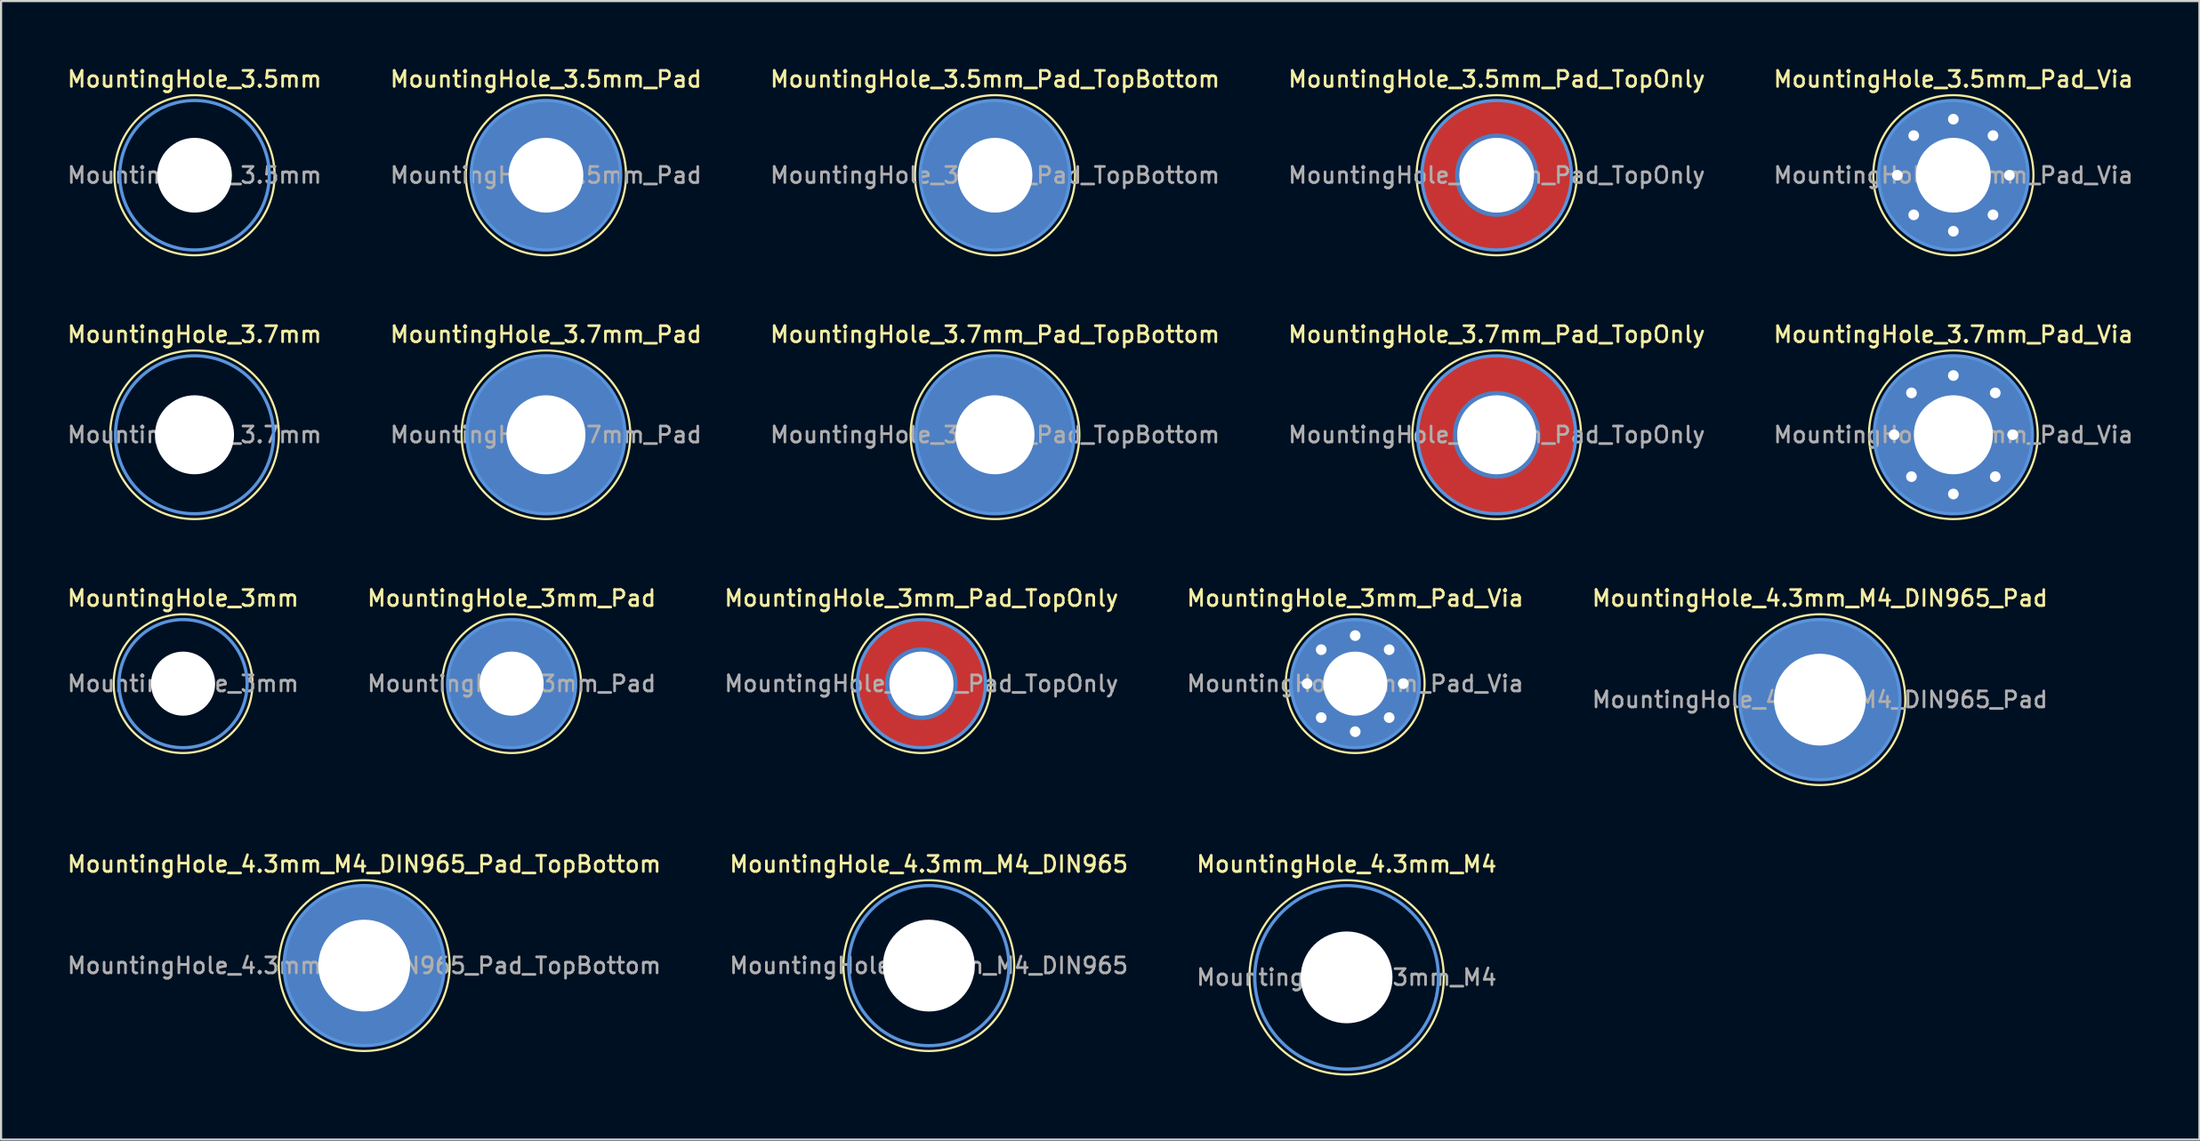
<source format=kicad_pcb>
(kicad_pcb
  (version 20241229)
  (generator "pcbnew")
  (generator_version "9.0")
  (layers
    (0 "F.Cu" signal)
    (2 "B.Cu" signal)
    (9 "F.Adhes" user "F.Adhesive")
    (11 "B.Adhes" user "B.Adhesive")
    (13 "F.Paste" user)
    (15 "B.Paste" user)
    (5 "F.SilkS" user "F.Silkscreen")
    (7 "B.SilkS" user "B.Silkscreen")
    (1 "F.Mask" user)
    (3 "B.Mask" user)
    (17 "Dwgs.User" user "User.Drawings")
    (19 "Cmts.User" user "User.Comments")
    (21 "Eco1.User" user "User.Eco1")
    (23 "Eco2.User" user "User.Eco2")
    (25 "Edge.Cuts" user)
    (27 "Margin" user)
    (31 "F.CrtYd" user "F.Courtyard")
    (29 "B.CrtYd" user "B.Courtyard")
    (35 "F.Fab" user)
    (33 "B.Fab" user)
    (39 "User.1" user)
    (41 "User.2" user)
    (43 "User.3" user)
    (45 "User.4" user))
  (footprint "MountingHole_3.5mm_Pad_TopBottom"
    (layer "F.Cu")
    (at 43.545 5.158)
    (property "Reference" "MountingHole_3.5mm_Pad_TopBottom" (at 0 -4.5 0) (layer "F.SilkS") (effects (font (size 0.75 0.75) (thickness 0.125))))
    (attr exclude_from_pos_files exclude_from_bom)
    (fp_circle (center 0 0) (end 3.75 0) (stroke (width 0.1) (type solid)) (fill no) (layer "F.SilkS"))
    (fp_circle (center 0 0) (end 3.5 0) (stroke (width 0.15) (type solid)) (fill no) (layer "Cmts.User"))
    (fp_text user "${REFERENCE}" (at 0 0 0) (layer "F.Fab") (effects (font (size 0.75 0.75) (thickness 0.125))))
    (pad "1" thru_hole circle (at 0 0) (size 3.9 3.9) (drill 3.5) (layers "*.Cu" "*.Mask"))
    (pad "1" connect circle (at 0 0) (size 7 7) (layers "F.Cu" "F.Mask"))
    (pad "1" connect circle (at 0 0) (size 7 7) (layers "B.Cu" "B.Mask")))
  (footprint "MountingHole_3.7mm_Pad"
    (layer "F.Cu")
    (at 22.516 17.316)
    (property "Reference" "MountingHole_3.7mm_Pad" (at 0 -4.7 0) (layer "F.SilkS") (effects (font (size 0.75 0.75) (thickness 0.125))))
    (attr exclude_from_pos_files exclude_from_bom)
    (fp_circle (center 0 0) (end 3.95 0) (stroke (width 0.1) (type solid)) (fill no) (layer "F.SilkS"))
    (fp_circle (center 0 0) (end 3.7 0) (stroke (width 0.15) (type solid)) (fill no) (layer "Cmts.User"))
    (fp_text user "${REFERENCE}" (at 0 0 0) (layer "F.Fab") (effects (font (size 0.75 0.75) (thickness 0.125))))
    (pad "1" thru_hole circle (at 0 0) (size 7.4 7.4) (drill 3.7) (layers "*.Cu" "*.Mask")))
  (footprint "MountingHole_3.5mm_Pad_Via"
    (layer "F.Cu")
    (at 88.423 5.158)
    (property "Reference" "MountingHole_3.5mm_Pad_Via" (at 0 -4.5 0) (layer "F.SilkS") (effects (font (size 0.75 0.75) (thickness 0.125))))
    (attr exclude_from_pos_files exclude_from_bom)
    (fp_circle (center 0 0) (end 3.75 0) (stroke (width 0.1) (type solid)) (fill no) (layer "F.SilkS"))
    (fp_circle (center 0 0) (end 3.5 0) (stroke (width 0.15) (type solid)) (fill no) (layer "Cmts.User"))
    (fp_text user "${REFERENCE}" (at 0 0 0) (layer "F.Fab") (effects (font (size 0.75 0.75) (thickness 0.125))))
    (pad "1" thru_hole circle (at -2.625 0) (size 0.8 0.8) (drill 0.5) (layers "*.Cu" "*.Mask"))
    (pad "1" thru_hole circle (at -1.856 -1.856) (size 0.8 0.8) (drill 0.5) (layers "*.Cu" "*.Mask"))
    (pad "1" thru_hole circle (at -1.856 1.856) (size 0.8 0.8) (drill 0.5) (layers "*.Cu" "*.Mask"))
    (pad "1" thru_hole circle (at 0 -2.625) (size 0.8 0.8) (drill 0.5) (layers "*.Cu" "*.Mask"))
    (pad "1" thru_hole circle (at 0 0) (size 7 7) (drill 3.5) (layers "*.Cu" "*.Mask"))
    (pad "1" thru_hole circle (at 0 2.625) (size 0.8 0.8) (drill 0.5) (layers "*.Cu" "*.Mask"))
    (pad "1" thru_hole circle (at 1.856 -1.856) (size 0.8 0.8) (drill 0.5) (layers "*.Cu" "*.Mask"))
    (pad "1" thru_hole circle (at 1.856 1.856) (size 0.8 0.8) (drill 0.5) (layers "*.Cu" "*.Mask"))
    (pad "1" thru_hole circle (at 2.625 0) (size 0.8 0.8) (drill 0.5) (layers "*.Cu" "*.Mask")))
  (footprint "MountingHole_4.3mm_M4"
    (layer "F.Cu")
    (at 60.009 42.733)
    (property "Reference" "MountingHole_4.3mm_M4" (at 0 -5.3 0) (layer "F.SilkS") (effects (font (size 0.75 0.75) (thickness 0.125))))
    (attr exclude_from_pos_files exclude_from_bom)
    (fp_circle (center 0 0) (end 4.55 0) (stroke (width 0.1) (type solid)) (fill no) (layer "F.SilkS"))
    (fp_circle (center 0 0) (end 4.3 0) (stroke (width 0.15) (type solid)) (fill no) (layer "Cmts.User"))
    (fp_text user "${REFERENCE}" (at 0 0 0) (layer "F.Fab") (effects (font (size 0.75 0.75) (thickness 0.125))))
    (pad "" np_thru_hole circle (at 0 0) (size 4.3 4.3) (drill 4.3) (layers "*.Cu" "*.Mask")))
  (footprint "MountingHole_3mm_Pad_TopOnly"
    (layer "F.Cu")
    (at 40.098 28.974)
    (property "Reference" "MountingHole_3mm_Pad_TopOnly" (at 0 -4 0) (layer "F.SilkS") (effects (font (size 0.75 0.75) (thickness 0.125))))
    (attr exclude_from_pos_files exclude_from_bom)
    (fp_circle (center 0 0) (end 3.25 0) (stroke (width 0.1) (type solid)) (fill no) (layer "F.SilkS"))
    (fp_circle (center 0 0) (end 3 0) (stroke (width 0.15) (type solid)) (fill no) (layer "Cmts.User"))
    (fp_text user "${REFERENCE}" (at 0 0 0) (layer "F.Fab") (effects (font (size 0.75 0.75) (thickness 0.125))))
    (pad "1" thru_hole circle (at 0 0) (size 3.4 3.4) (drill 3) (layers "*.Cu" "*.Mask"))
    (pad "1" connect circle (at 0 0) (size 6 6) (layers "F.Cu" "F.Mask")))
  (footprint "MountingHole_3.7mm_Pad_TopOnly"
    (layer "F.Cu")
    (at 67.037 17.316)
    (property "Reference" "MountingHole_3.7mm_Pad_TopOnly" (at 0 -4.7 0) (layer "F.SilkS") (effects (font (size 0.75 0.75) (thickness 0.125))))
    (attr exclude_from_pos_files exclude_from_bom)
    (fp_circle (center 0 0) (end 3.95 0) (stroke (width 0.1) (type solid)) (fill no) (layer "F.SilkS"))
    (fp_circle (center 0 0) (end 3.7 0) (stroke (width 0.15) (type solid)) (fill no) (layer "Cmts.User"))
    (fp_text user "${REFERENCE}" (at 0 0 0) (layer "F.Fab") (effects (font (size 0.75 0.75) (thickness 0.125))))
    (pad "1" thru_hole circle (at 0 0) (size 4.1 4.1) (drill 3.7) (layers "*.Cu" "*.Mask"))
    (pad "1" connect circle (at 0 0) (size 7.4 7.4) (layers "F.Cu" "F.Mask")))
  (footprint "MountingHole_3.5mm_Pad_TopOnly"
    (layer "F.Cu")
    (at 67.037 5.158)
    (property "Reference" "MountingHole_3.5mm_Pad_TopOnly" (at 0 -4.5 0) (layer "F.SilkS") (effects (font (size 0.75 0.75) (thickness 0.125))))
    (attr exclude_from_pos_files exclude_from_bom)
    (fp_circle (center 0 0) (end 3.75 0) (stroke (width 0.1) (type solid)) (fill no) (layer "F.SilkS"))
    (fp_circle (center 0 0) (end 3.5 0) (stroke (width 0.15) (type solid)) (fill no) (layer "Cmts.User"))
    (fp_text user "${REFERENCE}" (at 0 0 0) (layer "F.Fab") (effects (font (size 0.75 0.75) (thickness 0.125))))
    (pad "1" thru_hole circle (at 0 0) (size 3.9 3.9) (drill 3.5) (layers "*.Cu" "*.Mask"))
    (pad "1" connect circle (at 0 0) (size 7 7) (layers "F.Cu" "F.Mask")))
  (footprint "MountingHole_4.3mm_M4_DIN965_Pad"
    (layer "F.Cu")
    (at 82.173 29.724)
    (property "Reference" "MountingHole_4.3mm_M4_DIN965_Pad" (at 0 -4.75 0) (layer "F.SilkS") (effects (font (size 0.75 0.75) (thickness 0.125))))
    (attr exclude_from_pos_files exclude_from_bom)
    (fp_circle (center 0 0) (end 4 0) (stroke (width 0.1) (type solid)) (fill no) (layer "F.SilkS"))
    (fp_circle (center 0 0) (end 3.75 0) (stroke (width 0.15) (type solid)) (fill no) (layer "Cmts.User"))
    (fp_text user "${REFERENCE}" (at 0 0 0) (layer "F.Fab") (effects (font (size 0.75 0.75) (thickness 0.125))))
    (pad "1" thru_hole circle (at 0 0) (size 7.5 7.5) (drill 4.3) (layers "*.Cu" "*.Mask")))
  (footprint "MountingHole_3.7mm_Pad_TopBottom"
    (layer "F.Cu")
    (at 43.545 17.316)
    (property "Reference" "MountingHole_3.7mm_Pad_TopBottom" (at 0 -4.7 0) (layer "F.SilkS") (effects (font (size 0.75 0.75) (thickness 0.125))))
    (attr exclude_from_pos_files exclude_from_bom)
    (fp_circle (center 0 0) (end 3.95 0) (stroke (width 0.1) (type solid)) (fill no) (layer "F.SilkS"))
    (fp_circle (center 0 0) (end 3.7 0) (stroke (width 0.15) (type solid)) (fill no) (layer "Cmts.User"))
    (fp_text user "${REFERENCE}" (at 0 0 0) (layer "F.Fab") (effects (font (size 0.75 0.75) (thickness 0.125))))
    (pad "1" thru_hole circle (at 0 0) (size 4.1 4.1) (drill 3.7) (layers "*.Cu" "*.Mask"))
    (pad "1" connect circle (at 0 0) (size 7.4 7.4) (layers "F.Cu" "F.Mask"))
    (pad "1" connect circle (at 0 0) (size 7.4 7.4) (layers "B.Cu" "B.Mask")))
  (footprint "MountingHole_3.7mm"
    (layer "F.Cu")
    (at 6.059 17.316)
    (property "Reference" "MountingHole_3.7mm" (at 0 -4.7 0) (layer "F.SilkS") (effects (font (size 0.75 0.75) (thickness 0.125))))
    (attr exclude_from_pos_files exclude_from_bom)
    (fp_circle (center 0 0) (end 3.95 0) (stroke (width 0.1) (type solid)) (fill no) (layer "F.SilkS"))
    (fp_circle (center 0 0) (end 3.7 0) (stroke (width 0.15) (type solid)) (fill no) (layer "Cmts.User"))
    (fp_text user "${REFERENCE}" (at 0 0 0) (layer "F.Fab") (effects (font (size 0.75 0.75) (thickness 0.125))))
    (pad "" np_thru_hole circle (at 0 0) (size 3.7 3.7) (drill 3.7) (layers "*.Cu" "*.Mask")))
  (footprint "MountingHole_4.3mm_M4_DIN965"
    (layer "F.Cu")
    (at 40.445 42.182)
    (property "Reference" "MountingHole_4.3mm_M4_DIN965" (at 0 -4.75 0) (layer "F.SilkS") (effects (font (size 0.75 0.75) (thickness 0.125))))
    (attr exclude_from_pos_files exclude_from_bom)
    (fp_circle (center 0 0) (end 4 0) (stroke (width 0.1) (type solid)) (fill no) (layer "F.SilkS"))
    (fp_circle (center 0 0) (end 3.75 0) (stroke (width 0.15) (type solid)) (fill no) (layer "Cmts.User"))
    (fp_text user "${REFERENCE}" (at 0 0 0) (layer "F.Fab") (effects (font (size 0.75 0.75) (thickness 0.125))))
    (pad "" np_thru_hole circle (at 0 0) (size 4.3 4.3) (drill 4.3) (layers "*.Cu" "*.Mask")))
  (footprint "MountingHole_3mm_Pad_Via"
    (layer "F.Cu")
    (at 60.412 28.974)
    (property "Reference" "MountingHole_3mm_Pad_Via" (at 0 -4 0) (layer "F.SilkS") (effects (font (size 0.75 0.75) (thickness 0.125))))
    (attr exclude_from_pos_files exclude_from_bom)
    (fp_circle (center 0 0) (end 3.25 0) (stroke (width 0.1) (type solid)) (fill no) (layer "F.SilkS"))
    (fp_circle (center 0 0) (end 3 0) (stroke (width 0.15) (type solid)) (fill no) (layer "Cmts.User"))
    (fp_text user "${REFERENCE}" (at 0 0 0) (layer "F.Fab") (effects (font (size 0.75 0.75) (thickness 0.125))))
    (pad "1" thru_hole circle (at -2.25 0) (size 0.8 0.8) (drill 0.5) (layers "*.Cu" "*.Mask"))
    (pad "1" thru_hole circle (at -1.591 -1.591) (size 0.8 0.8) (drill 0.5) (layers "*.Cu" "*.Mask"))
    (pad "1" thru_hole circle (at -1.591 1.591) (size 0.8 0.8) (drill 0.5) (layers "*.Cu" "*.Mask"))
    (pad "1" thru_hole circle (at 0 -2.25) (size 0.8 0.8) (drill 0.5) (layers "*.Cu" "*.Mask"))
    (pad "1" thru_hole circle (at 0 0) (size 6 6) (drill 3) (layers "*.Cu" "*.Mask"))
    (pad "1" thru_hole circle (at 0 2.25) (size 0.8 0.8) (drill 0.5) (layers "*.Cu" "*.Mask"))
    (pad "1" thru_hole circle (at 1.591 -1.591) (size 0.8 0.8) (drill 0.5) (layers "*.Cu" "*.Mask"))
    (pad "1" thru_hole circle (at 1.591 1.591) (size 0.8 0.8) (drill 0.5) (layers "*.Cu" "*.Mask"))
    (pad "1" thru_hole circle (at 2.25 0) (size 0.8 0.8) (drill 0.5) (layers "*.Cu" "*.Mask")))
  (footprint "MountingHole_3mm_Pad"
    (layer "F.Cu")
    (at 20.909 28.974)
    (property "Reference" "MountingHole_3mm_Pad" (at 0 -4 0) (layer "F.SilkS") (effects (font (size 0.75 0.75) (thickness 0.125))))
    (attr exclude_from_pos_files exclude_from_bom)
    (fp_circle (center 0 0) (end 3.25 0) (stroke (width 0.1) (type solid)) (fill no) (layer "F.SilkS"))
    (fp_circle (center 0 0) (end 3 0) (stroke (width 0.15) (type solid)) (fill no) (layer "Cmts.User"))
    (fp_text user "${REFERENCE}" (at 0 0 0) (layer "F.Fab") (effects (font (size 0.75 0.75) (thickness 0.125))))
    (pad "1" thru_hole circle (at 0 0) (size 6 6) (drill 3) (layers "*.Cu" "*.Mask")))
  (footprint "MountingHole_3.5mm_Pad"
    (layer "F.Cu")
    (at 22.516 5.158)
    (property "Reference" "MountingHole_3.5mm_Pad" (at 0 -4.5 0) (layer "F.SilkS") (effects (font (size 0.75 0.75) (thickness 0.125))))
    (attr exclude_from_pos_files exclude_from_bom)
    (fp_circle (center 0 0) (end 3.75 0) (stroke (width 0.1) (type solid)) (fill no) (layer "F.SilkS"))
    (fp_circle (center 0 0) (end 3.5 0) (stroke (width 0.15) (type solid)) (fill no) (layer "Cmts.User"))
    (fp_text user "${REFERENCE}" (at 0 0 0) (layer "F.Fab") (effects (font (size 0.75 0.75) (thickness 0.125))))
    (pad "1" thru_hole circle (at 0 0) (size 7 7) (drill 3.5) (layers "*.Cu" "*.Mask")))
  (footprint "MountingHole_3.7mm_Pad_Via"
    (layer "F.Cu")
    (at 88.423 17.316)
    (property "Reference" "MountingHole_3.7mm_Pad_Via" (at 0 -4.7 0) (layer "F.SilkS") (effects (font (size 0.75 0.75) (thickness 0.125))))
    (attr exclude_from_pos_files exclude_from_bom)
    (fp_circle (center 0 0) (end 3.95 0) (stroke (width 0.1) (type solid)) (fill no) (layer "F.SilkS"))
    (fp_circle (center 0 0) (end 3.7 0) (stroke (width 0.15) (type solid)) (fill no) (layer "Cmts.User"))
    (fp_text user "${REFERENCE}" (at 0 0 0) (layer "F.Fab") (effects (font (size 0.75 0.75) (thickness 0.125))))
    (pad "1" thru_hole circle (at -2.775 0) (size 0.8 0.8) (drill 0.5) (layers "*.Cu" "*.Mask"))
    (pad "1" thru_hole circle (at -1.962 -1.962) (size 0.8 0.8) (drill 0.5) (layers "*.Cu" "*.Mask"))
    (pad "1" thru_hole circle (at -1.962 1.962) (size 0.8 0.8) (drill 0.5) (layers "*.Cu" "*.Mask"))
    (pad "1" thru_hole circle (at 0 -2.775) (size 0.8 0.8) (drill 0.5) (layers "*.Cu" "*.Mask"))
    (pad "1" thru_hole circle (at 0 0) (size 7.4 7.4) (drill 3.7) (layers "*.Cu" "*.Mask"))
    (pad "1" thru_hole circle (at 0 2.775) (size 0.8 0.8) (drill 0.5) (layers "*.Cu" "*.Mask"))
    (pad "1" thru_hole circle (at 1.962 -1.962) (size 0.8 0.8) (drill 0.5) (layers "*.Cu" "*.Mask"))
    (pad "1" thru_hole circle (at 1.962 1.962) (size 0.8 0.8) (drill 0.5) (layers "*.Cu" "*.Mask"))
    (pad "1" thru_hole circle (at 2.775 0) (size 0.8 0.8) (drill 0.5) (layers "*.Cu" "*.Mask")))
  (footprint "MountingHole_3.5mm"
    (layer "F.Cu")
    (at 6.059 5.158)
    (property "Reference" "MountingHole_3.5mm" (at 0 -4.5 0) (layer "F.SilkS") (effects (font (size 0.75 0.75) (thickness 0.125))))
    (attr exclude_from_pos_files exclude_from_bom)
    (fp_circle (center 0 0) (end 3.75 0) (stroke (width 0.1) (type solid)) (fill no) (layer "F.SilkS"))
    (fp_circle (center 0 0) (end 3.5 0) (stroke (width 0.15) (type solid)) (fill no) (layer "Cmts.User"))
    (fp_text user "${REFERENCE}" (at 0 0 0) (layer "F.Fab") (effects (font (size 0.75 0.75) (thickness 0.125))))
    (pad "" np_thru_hole circle (at 0 0) (size 3.5 3.5) (drill 3.5) (layers "*.Cu" "*.Mask")))
  (footprint "MountingHole_4.3mm_M4_DIN965_Pad_TopBottom"
    (layer "F.Cu")
    (at 14.005 42.182)
    (property "Reference" "MountingHole_4.3mm_M4_DIN965_Pad_TopBottom" (at 0 -4.75 0) (layer "F.SilkS") (effects (font (size 0.75 0.75) (thickness 0.125))))
    (attr exclude_from_pos_files exclude_from_bom)
    (fp_circle (center 0 0) (end 4 0) (stroke (width 0.1) (type solid)) (fill no) (layer "F.SilkS"))
    (fp_circle (center 0 0) (end 3.75 0) (stroke (width 0.15) (type solid)) (fill no) (layer "Cmts.User"))
    (fp_text user "${REFERENCE}" (at 0 0 0) (layer "F.Fab") (effects (font (size 0.75 0.75) (thickness 0.125))))
    (pad "1" thru_hole circle (at 0 0) (size 4.7 4.7) (drill 4.3) (layers "*.Cu" "*.Mask"))
    (pad "1" connect circle (at 0 0) (size 7.5 7.5) (layers "F.Cu" "F.Mask"))
    (pad "1" connect circle (at 0 0) (size 7.5 7.5) (layers "B.Cu" "B.Mask")))
  (footprint "MountingHole_3mm"
    (layer "F.Cu")
    (at 5.523 28.974)
    (property "Reference" "MountingHole_3mm" (at 0 -4 0) (layer "F.SilkS") (effects (font (size 0.75 0.75) (thickness 0.125))))
    (attr exclude_from_pos_files exclude_from_bom)
    (fp_circle (center 0 0) (end 3.25 0) (stroke (width 0.1) (type solid)) (fill no) (layer "F.SilkS"))
    (fp_circle (center 0 0) (end 3 0) (stroke (width 0.15) (type solid)) (fill no) (layer "Cmts.User"))
    (fp_text user "${REFERENCE}" (at 0 0 0) (layer "F.Fab") (effects (font (size 0.75 0.75) (thickness 0.125))))
    (pad "" np_thru_hole circle (at 0 0) (size 3 3) (drill 3) (layers "*.Cu" "*.Mask")))
  (gr_rect
    (start -3 -3)
    (end 99.946 50.333)
    (stroke (width 0.1) (type default))
    (fill no)
    (layer "Edge.Cuts")))
</source>
